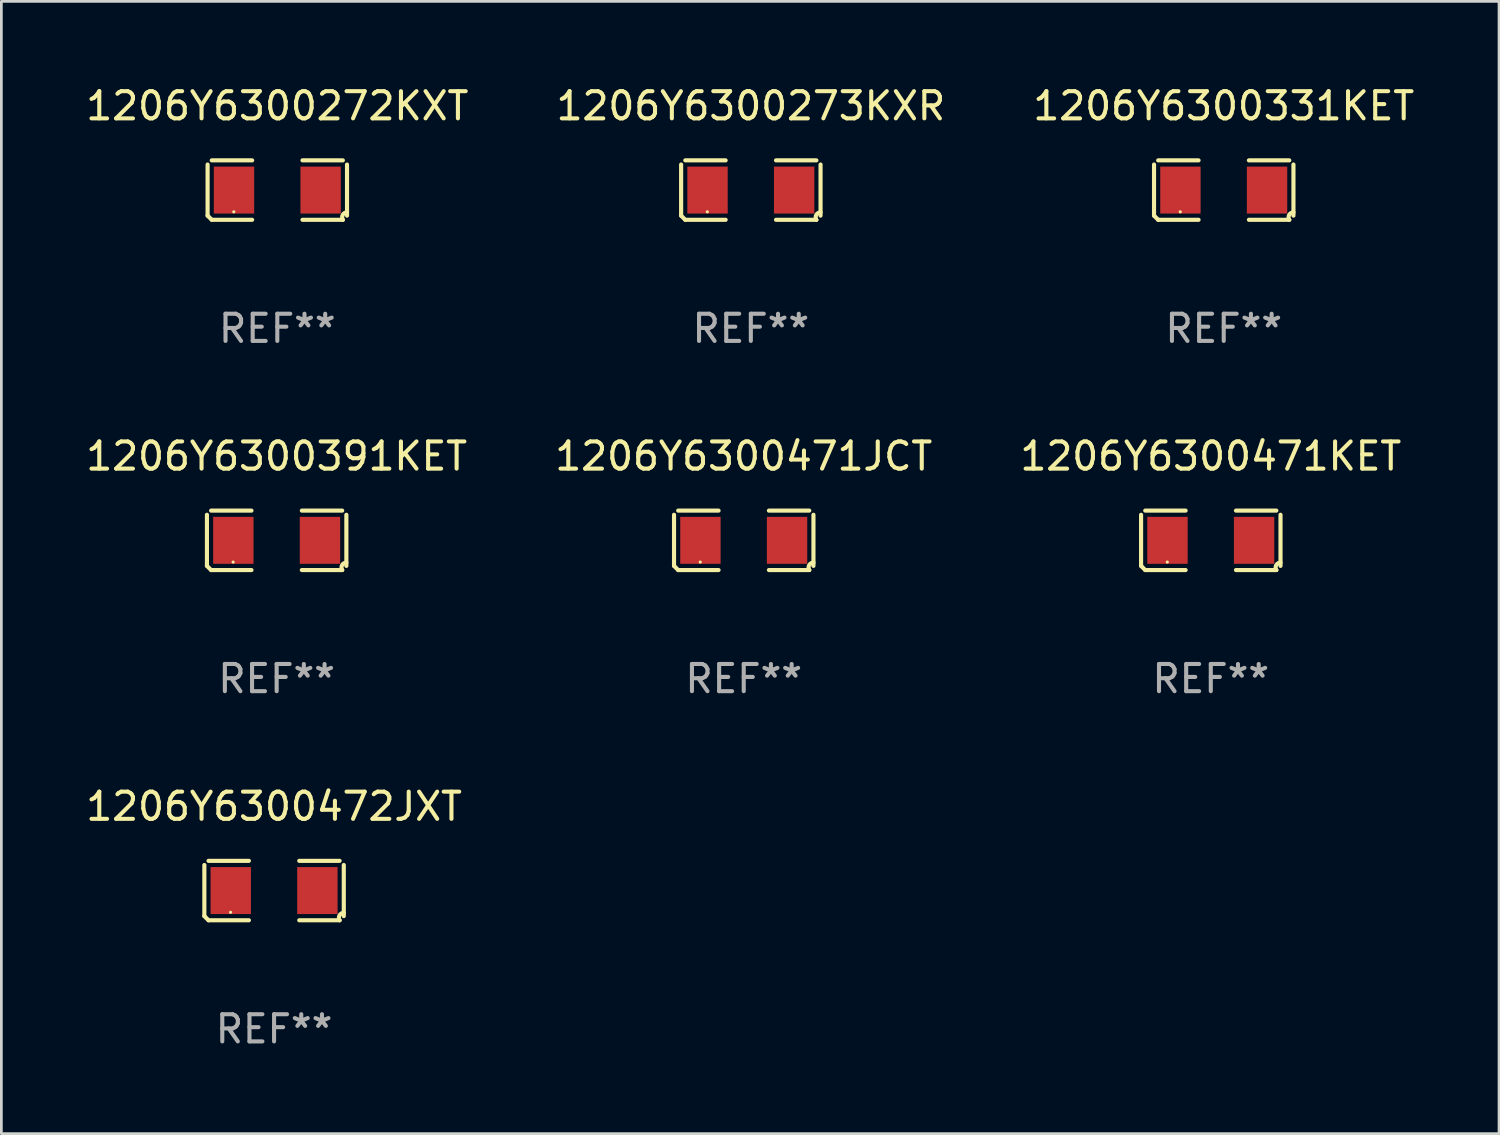
<source format=kicad_pcb>
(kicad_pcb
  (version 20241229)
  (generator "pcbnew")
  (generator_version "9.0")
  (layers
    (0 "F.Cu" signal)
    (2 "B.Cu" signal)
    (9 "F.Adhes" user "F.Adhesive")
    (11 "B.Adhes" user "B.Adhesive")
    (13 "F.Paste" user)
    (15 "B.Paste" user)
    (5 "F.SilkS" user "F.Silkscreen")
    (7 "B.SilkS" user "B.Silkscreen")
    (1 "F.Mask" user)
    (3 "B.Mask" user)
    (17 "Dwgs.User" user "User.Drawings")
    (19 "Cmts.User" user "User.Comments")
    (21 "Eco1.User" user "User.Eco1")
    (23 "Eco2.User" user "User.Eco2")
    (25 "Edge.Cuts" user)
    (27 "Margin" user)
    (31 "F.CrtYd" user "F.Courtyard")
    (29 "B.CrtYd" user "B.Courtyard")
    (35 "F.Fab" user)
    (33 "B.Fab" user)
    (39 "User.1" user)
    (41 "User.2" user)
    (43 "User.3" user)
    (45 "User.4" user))
  (footprint "1206Y6300391KET"
    (layer "F.Cu")
    (at 7.125 16.823)
    (property "Reference" "1206Y6300391KET" (at 0 -3.093 0) (layer "F.SilkS") (effects (font (size 1 1) (thickness 0.15))))
    (attr through_hole)
    (fp_line (start -2.564 0.94) (end -2.564 -0.94) (stroke (width 0.152) (type solid)) (layer "F.SilkS"))
    (fp_line (start -2.411 -1.093) (end -0.926 -1.093) (stroke (width 0.152) (type solid)) (layer "F.SilkS"))
    (fp_line (start -0.926 1.093) (end -2.411 1.093) (stroke (width 0.152) (type solid)) (layer "F.SilkS"))
    (fp_line (start 0.926 1.093) (end 2.411 1.093) (stroke (width 0.152) (type solid)) (layer "F.SilkS"))
    (fp_line (start 2.411 -1.093) (end 0.926 -1.093) (stroke (width 0.152) (type solid)) (layer "F.SilkS"))
    (fp_line (start 2.564 0.94) (end 2.564 -0.94) (stroke (width 0.152) (type solid)) (layer "F.SilkS"))
    (fp_arc (start -2.411201 1.092609) (mid -2.487413 1.01642) (end -2.563602 0.940208) (stroke (width 0.1524) (type solid)) (layer "F.SilkS"))
    (fp_arc (start 2.411201 1.092609) (mid 2.407159 0.911226) (end 2.563602 0.819347) (stroke (width 0.1524) (type solid)) (layer "F.SilkS"))
    (fp_circle (center -1.6 0.8) (end -1.57 0.8) (stroke (width 0.06) (type solid)) (fill no) (layer "F.SilkS"))
    (fp_text user "REF**" (at 0 5.093 0) (layer "F.Fab") (effects (font (size 1 1) (thickness 0.15))))
    (pad "1" smd rect (at -1.593 0) (size 1.485 1.728) (layers "F.Cu" "F.Mask" "F.Paste"))
    (pad "2" smd rect (at 1.593 0) (size 1.485 1.728) (layers "F.Cu" "F.Mask" "F.Paste")))
  (footprint "1206Y6300471JCT"
    (layer "F.Cu")
    (at 24.304 16.823)
    (property "Reference" "1206Y6300471JCT" (at 0 -3.093 0) (layer "F.SilkS") (effects (font (size 1 1) (thickness 0.15))))
    (attr through_hole)
    (fp_line (start -2.564 0.94) (end -2.564 -0.94) (stroke (width 0.152) (type solid)) (layer "F.SilkS"))
    (fp_line (start -2.411 -1.093) (end -0.926 -1.093) (stroke (width 0.152) (type solid)) (layer "F.SilkS"))
    (fp_line (start -0.926 1.093) (end -2.411 1.093) (stroke (width 0.152) (type solid)) (layer "F.SilkS"))
    (fp_line (start 0.926 1.093) (end 2.411 1.093) (stroke (width 0.152) (type solid)) (layer "F.SilkS"))
    (fp_line (start 2.411 -1.093) (end 0.926 -1.093) (stroke (width 0.152) (type solid)) (layer "F.SilkS"))
    (fp_line (start 2.564 0.94) (end 2.564 -0.94) (stroke (width 0.152) (type solid)) (layer "F.SilkS"))
    (fp_arc (start -2.411201 1.092609) (mid -2.487413 1.01642) (end -2.563602 0.940208) (stroke (width 0.1524) (type solid)) (layer "F.SilkS"))
    (fp_arc (start 2.411201 1.092609) (mid 2.407159 0.911226) (end 2.563602 0.819347) (stroke (width 0.1524) (type solid)) (layer "F.SilkS"))
    (fp_circle (center -1.6 0.8) (end -1.57 0.8) (stroke (width 0.06) (type solid)) (fill no) (layer "F.SilkS"))
    (fp_text user "REF**" (at 0 5.093 0) (layer "F.Fab") (effects (font (size 1 1) (thickness 0.15))))
    (pad "1" smd rect (at -1.593 0) (size 1.485 1.728) (layers "F.Cu" "F.Mask" "F.Paste"))
    (pad "2" smd rect (at 1.593 0) (size 1.485 1.728) (layers "F.Cu" "F.Mask" "F.Paste")))
  (footprint "1206Y6300471KET"
    (layer "F.Cu")
    (at 41.482 16.823)
    (property "Reference" "1206Y6300471KET" (at 0 -3.093 0) (layer "F.SilkS") (effects (font (size 1 1) (thickness 0.15))))
    (attr through_hole)
    (fp_line (start -2.564 0.94) (end -2.564 -0.94) (stroke (width 0.152) (type solid)) (layer "F.SilkS"))
    (fp_line (start -2.411 -1.093) (end -0.926 -1.093) (stroke (width 0.152) (type solid)) (layer "F.SilkS"))
    (fp_line (start -0.926 1.093) (end -2.411 1.093) (stroke (width 0.152) (type solid)) (layer "F.SilkS"))
    (fp_line (start 0.926 1.093) (end 2.411 1.093) (stroke (width 0.152) (type solid)) (layer "F.SilkS"))
    (fp_line (start 2.411 -1.093) (end 0.926 -1.093) (stroke (width 0.152) (type solid)) (layer "F.SilkS"))
    (fp_line (start 2.564 0.94) (end 2.564 -0.94) (stroke (width 0.152) (type solid)) (layer "F.SilkS"))
    (fp_arc (start -2.411201 1.092609) (mid -2.487413 1.01642) (end -2.563602 0.940208) (stroke (width 0.1524) (type solid)) (layer "F.SilkS"))
    (fp_arc (start 2.411201 1.092609) (mid 2.407159 0.911226) (end 2.563602 0.819347) (stroke (width 0.1524) (type solid)) (layer "F.SilkS"))
    (fp_circle (center -1.6 0.8) (end -1.57 0.8) (stroke (width 0.06) (type solid)) (fill no) (layer "F.SilkS"))
    (fp_text user "REF**" (at 0 5.093 0) (layer "F.Fab") (effects (font (size 1 1) (thickness 0.15))))
    (pad "1" smd rect (at -1.593 0) (size 1.485 1.728) (layers "F.Cu" "F.Mask" "F.Paste"))
    (pad "2" smd rect (at 1.593 0) (size 1.485 1.728) (layers "F.Cu" "F.Mask" "F.Paste")))
  (footprint "1206Y6300272KXT"
    (layer "F.Cu")
    (at 7.149 3.941)
    (property "Reference" "1206Y6300272KXT" (at 0 -3.093 0) (layer "F.SilkS") (effects (font (size 1 1) (thickness 0.15))))
    (attr through_hole)
    (fp_line (start -2.564 0.94) (end -2.564 -0.94) (stroke (width 0.152) (type solid)) (layer "F.SilkS"))
    (fp_line (start -2.411 -1.093) (end -0.926 -1.093) (stroke (width 0.152) (type solid)) (layer "F.SilkS"))
    (fp_line (start -0.926 1.093) (end -2.411 1.093) (stroke (width 0.152) (type solid)) (layer "F.SilkS"))
    (fp_line (start 0.926 1.093) (end 2.411 1.093) (stroke (width 0.152) (type solid)) (layer "F.SilkS"))
    (fp_line (start 2.411 -1.093) (end 0.926 -1.093) (stroke (width 0.152) (type solid)) (layer "F.SilkS"))
    (fp_line (start 2.564 0.94) (end 2.564 -0.94) (stroke (width 0.152) (type solid)) (layer "F.SilkS"))
    (fp_arc (start -2.411201 1.092609) (mid -2.487413 1.01642) (end -2.563602 0.940208) (stroke (width 0.1524) (type solid)) (layer "F.SilkS"))
    (fp_arc (start 2.411201 1.092609) (mid 2.407159 0.911226) (end 2.563602 0.819347) (stroke (width 0.1524) (type solid)) (layer "F.SilkS"))
    (fp_circle (center -1.6 0.8) (end -1.57 0.8) (stroke (width 0.06) (type solid)) (fill no) (layer "F.SilkS"))
    (fp_text user "REF**" (at 0 5.093 0) (layer "F.Fab") (effects (font (size 1 1) (thickness 0.15))))
    (pad "1" smd rect (at -1.593 0) (size 1.485 1.728) (layers "F.Cu" "F.Mask" "F.Paste"))
    (pad "2" smd rect (at 1.593 0) (size 1.485 1.728) (layers "F.Cu" "F.Mask" "F.Paste")))
  (footprint "1206Y6300331KET"
    (layer "F.Cu")
    (at 41.958 3.941)
    (property "Reference" "1206Y6300331KET" (at 0 -3.093 0) (layer "F.SilkS") (effects (font (size 1 1) (thickness 0.15))))
    (attr through_hole)
    (fp_line (start -2.564 0.94) (end -2.564 -0.94) (stroke (width 0.152) (type solid)) (layer "F.SilkS"))
    (fp_line (start -2.411 -1.093) (end -0.926 -1.093) (stroke (width 0.152) (type solid)) (layer "F.SilkS"))
    (fp_line (start -0.926 1.093) (end -2.411 1.093) (stroke (width 0.152) (type solid)) (layer "F.SilkS"))
    (fp_line (start 0.926 1.093) (end 2.411 1.093) (stroke (width 0.152) (type solid)) (layer "F.SilkS"))
    (fp_line (start 2.411 -1.093) (end 0.926 -1.093) (stroke (width 0.152) (type solid)) (layer "F.SilkS"))
    (fp_line (start 2.564 0.94) (end 2.564 -0.94) (stroke (width 0.152) (type solid)) (layer "F.SilkS"))
    (fp_arc (start -2.411201 1.092609) (mid -2.487413 1.01642) (end -2.563602 0.940208) (stroke (width 0.1524) (type solid)) (layer "F.SilkS"))
    (fp_arc (start 2.411201 1.092609) (mid 2.407159 0.911226) (end 2.563602 0.819347) (stroke (width 0.1524) (type solid)) (layer "F.SilkS"))
    (fp_circle (center -1.6 0.8) (end -1.57 0.8) (stroke (width 0.06) (type solid)) (fill no) (layer "F.SilkS"))
    (fp_text user "REF**" (at 0 5.093 0) (layer "F.Fab") (effects (font (size 1 1) (thickness 0.15))))
    (pad "1" smd rect (at -1.593 0) (size 1.485 1.728) (layers "F.Cu" "F.Mask" "F.Paste"))
    (pad "2" smd rect (at 1.593 0) (size 1.485 1.728) (layers "F.Cu" "F.Mask" "F.Paste")))
  (footprint "1206Y6300273KXR"
    (layer "F.Cu")
    (at 24.565 3.941)
    (property "Reference" "1206Y6300273KXR" (at 0 -3.093 0) (layer "F.SilkS") (effects (font (size 1 1) (thickness 0.15))))
    (attr through_hole)
    (fp_line (start -2.564 0.94) (end -2.564 -0.94) (stroke (width 0.152) (type solid)) (layer "F.SilkS"))
    (fp_line (start -2.411 -1.093) (end -0.926 -1.093) (stroke (width 0.152) (type solid)) (layer "F.SilkS"))
    (fp_line (start -0.926 1.093) (end -2.411 1.093) (stroke (width 0.152) (type solid)) (layer "F.SilkS"))
    (fp_line (start 0.926 1.093) (end 2.411 1.093) (stroke (width 0.152) (type solid)) (layer "F.SilkS"))
    (fp_line (start 2.411 -1.093) (end 0.926 -1.093) (stroke (width 0.152) (type solid)) (layer "F.SilkS"))
    (fp_line (start 2.564 0.94) (end 2.564 -0.94) (stroke (width 0.152) (type solid)) (layer "F.SilkS"))
    (fp_arc (start -2.411201 1.092609) (mid -2.487413 1.01642) (end -2.563602 0.940208) (stroke (width 0.1524) (type solid)) (layer "F.SilkS"))
    (fp_arc (start 2.411201 1.092609) (mid 2.407159 0.911226) (end 2.563602 0.819347) (stroke (width 0.1524) (type solid)) (layer "F.SilkS"))
    (fp_circle (center -1.6 0.8) (end -1.57 0.8) (stroke (width 0.06) (type solid)) (fill no) (layer "F.SilkS"))
    (fp_text user "REF**" (at 0 5.093 0) (layer "F.Fab") (effects (font (size 1 1) (thickness 0.15))))
    (pad "1" smd rect (at -1.593 0) (size 1.485 1.728) (layers "F.Cu" "F.Mask" "F.Paste"))
    (pad "2" smd rect (at 1.593 0) (size 1.485 1.728) (layers "F.Cu" "F.Mask" "F.Paste")))
  (footprint "1206Y6300472JXT"
    (layer "F.Cu")
    (at 7.03 29.704)
    (property "Reference" "1206Y6300472JXT" (at 0 -3.093 0) (layer "F.SilkS") (effects (font (size 1 1) (thickness 0.15))))
    (attr through_hole)
    (fp_line (start -2.564 0.94) (end -2.564 -0.94) (stroke (width 0.152) (type solid)) (layer "F.SilkS"))
    (fp_line (start -2.411 -1.093) (end -0.926 -1.093) (stroke (width 0.152) (type solid)) (layer "F.SilkS"))
    (fp_line (start -0.926 1.093) (end -2.411 1.093) (stroke (width 0.152) (type solid)) (layer "F.SilkS"))
    (fp_line (start 0.926 1.093) (end 2.411 1.093) (stroke (width 0.152) (type solid)) (layer "F.SilkS"))
    (fp_line (start 2.411 -1.093) (end 0.926 -1.093) (stroke (width 0.152) (type solid)) (layer "F.SilkS"))
    (fp_line (start 2.564 0.94) (end 2.564 -0.94) (stroke (width 0.152) (type solid)) (layer "F.SilkS"))
    (fp_arc (start -2.411201 1.092609) (mid -2.487413 1.01642) (end -2.563602 0.940208) (stroke (width 0.1524) (type solid)) (layer "F.SilkS"))
    (fp_arc (start 2.411201 1.092609) (mid 2.407159 0.911226) (end 2.563602 0.819347) (stroke (width 0.1524) (type solid)) (layer "F.SilkS"))
    (fp_circle (center -1.6 0.8) (end -1.57 0.8) (stroke (width 0.06) (type solid)) (fill no) (layer "F.SilkS"))
    (fp_text user "REF**" (at 0 5.093 0) (layer "F.Fab") (effects (font (size 1 1) (thickness 0.15))))
    (pad "1" smd rect (at -1.593 0) (size 1.485 1.728) (layers "F.Cu" "F.Mask" "F.Paste"))
    (pad "2" smd rect (at 1.593 0) (size 1.485 1.728) (layers "F.Cu" "F.Mask" "F.Paste")))
  (gr_rect
    (start -3 -3)
    (end 52.083 38.645)
    (stroke (width 0.1) (type default))
    (fill no)
    (layer "Edge.Cuts")))
</source>
